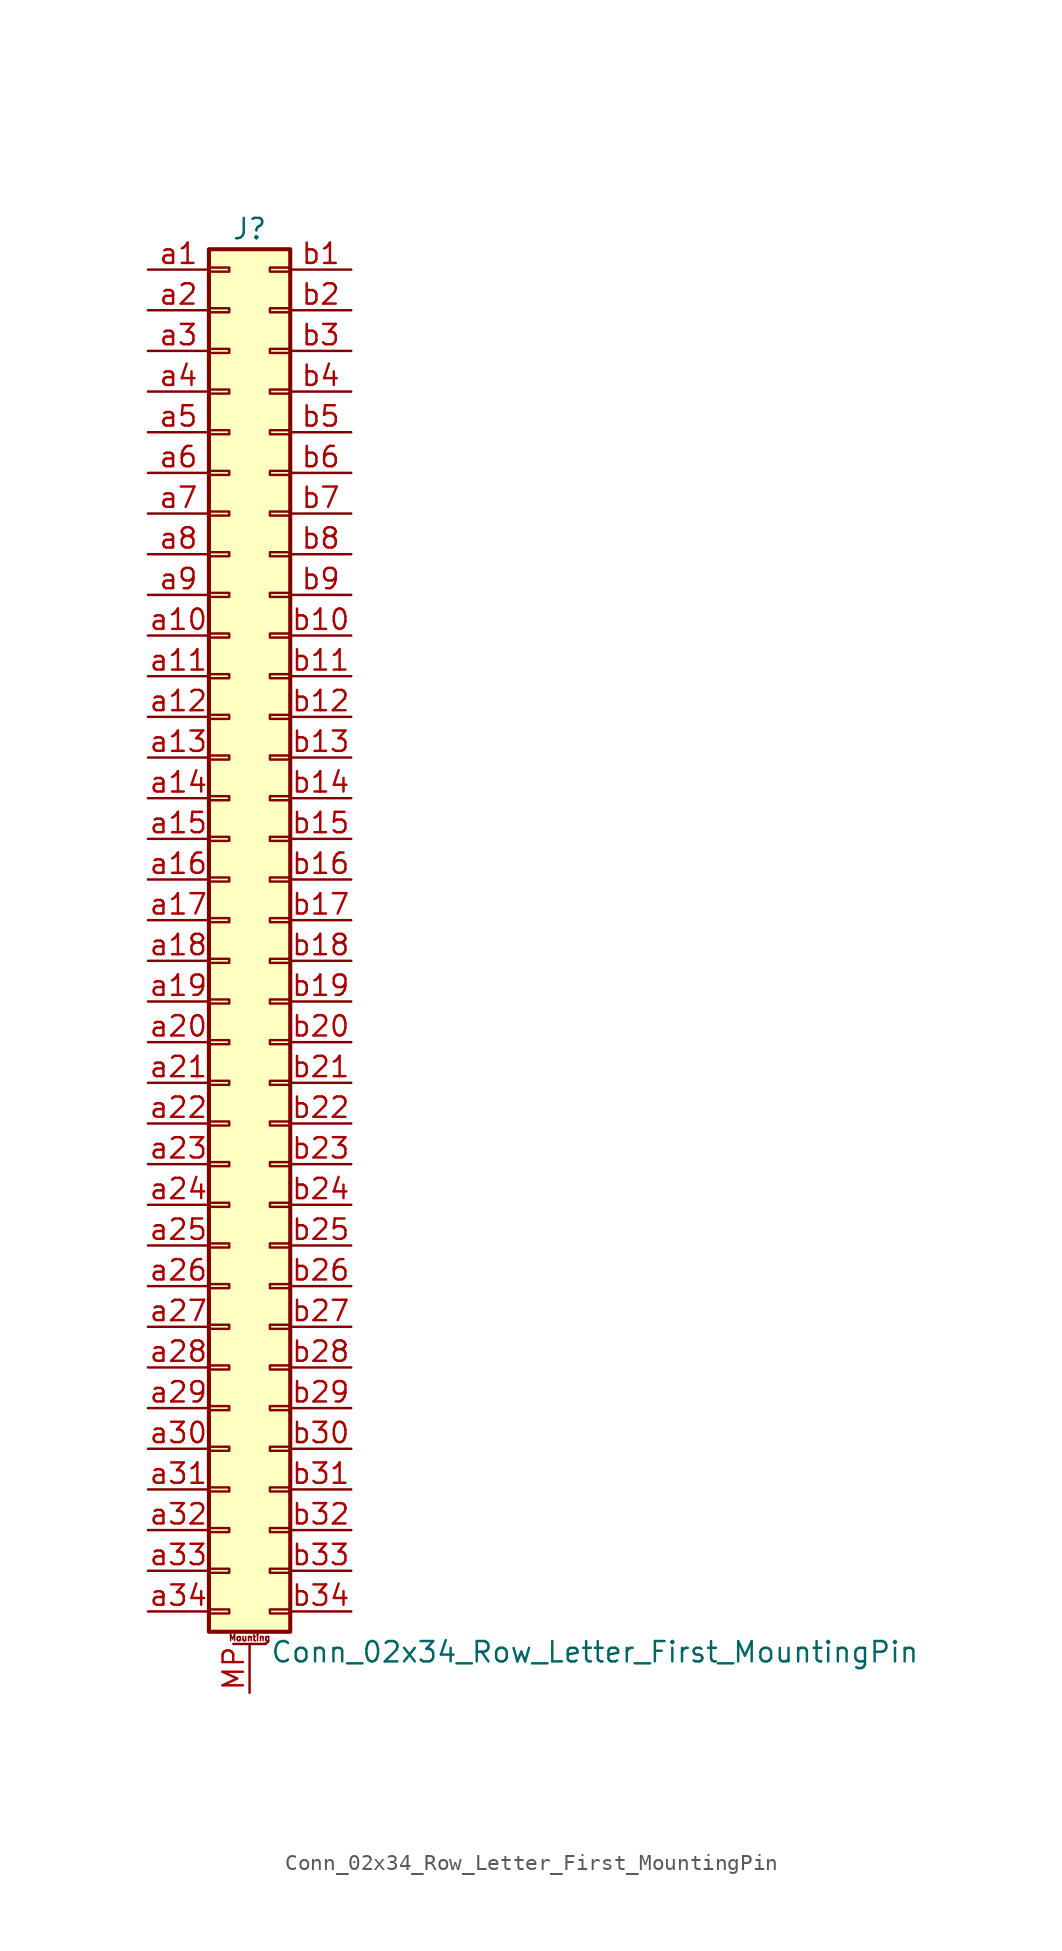
<source format=kicad_sym>
(kicad_symbol_lib
  (version 20201005)
  (generator kicad_symbol_editor)
  (symbol "Connector_Generic_MountingPin:Conn_02x34_Row_Letter_First_MountingPin"
    (pin_names
      (offset 1.016) hide)
    (property "Reference" "J"
      (at 1.27 43.18 0)
      (effects (font (size 1.27 1.27))))
    (property "Value" "Conn_02x34_Row_Letter_First_MountingPin"
      (at 2.54 -45.72 0)
      (effects (font (size 1.27 1.27)) (justify left)))
    (symbol "Conn_02x34_Row_Letter_First_MountingPin_1_1"
      (text "Mounting" (at 1.27 -44.831 0) (effects (font (size 0.381 0.381))))
      (rectangle (start -1.27 -27.813) (end 0 -28.067) (stroke (width 0.152)) (fill (type none)))
      (rectangle (start -1.27 -30.353) (end 0 -30.607) (stroke (width 0.152)) (fill (type none)))
      (rectangle (start -1.27 -32.893) (end 0 -33.147) (stroke (width 0.152)) (fill (type none)))
      (rectangle (start -1.27 -35.433) (end 0 -35.687) (stroke (width 0.152)) (fill (type none)))
      (rectangle (start -1.27 -37.973) (end 0 -38.227) (stroke (width 0.152)) (fill (type none)))
      (rectangle (start -1.27 -40.513) (end 0 -40.767) (stroke (width 0.152)) (fill (type none)))
      (rectangle (start -1.27 -43.053) (end 0 -43.307) (stroke (width 0.152)) (fill (type none)))
      (rectangle (start -1.27 -4.953) (end 0 -5.207) (stroke (width 0.152)) (fill (type none)))
      (rectangle (start -1.27 -7.493) (end 0 -7.747) (stroke (width 0.152)) (fill (type none)))
      (rectangle (start -1.27 -10.033) (end 0 -10.287) (stroke (width 0.152)) (fill (type none)))
      (rectangle (start -1.27 -12.573) (end 0 -12.827) (stroke (width 0.152)) (fill (type none)))
      (rectangle (start -1.27 -15.113) (end 0 -15.367) (stroke (width 0.152)) (fill (type none)))
      (rectangle (start -1.27 -17.653) (end 0 -17.907) (stroke (width 0.152)) (fill (type none)))
      (rectangle (start -1.27 -20.193) (end 0 -20.447) (stroke (width 0.152)) (fill (type none)))
      (rectangle (start -1.27 -22.733) (end 0 -22.987) (stroke (width 0.152)) (fill (type none)))
      (rectangle (start -1.27 -2.413) (end 0 -2.667) (stroke (width 0.152)) (fill (type none)))
      (rectangle (start -1.27 -25.273) (end 0 -25.527) (stroke (width 0.152)) (fill (type none)))
      (rectangle (start -1.27 25.527) (end 0 25.273) (stroke (width 0.152)) (fill (type none)))
      (rectangle (start -1.27 2.667) (end 0 2.413) (stroke (width 0.152)) (fill (type none)))
      (rectangle (start -1.27 28.067) (end 0 27.813) (stroke (width 0.152)) (fill (type none)))
      (rectangle (start -1.27 30.607) (end 0 30.353) (stroke (width 0.152)) (fill (type none)))
      (rectangle (start -1.27 33.147) (end 0 32.893) (stroke (width 0.152)) (fill (type none)))
      (rectangle (start -1.27 35.687) (end 0 35.433) (stroke (width 0.152)) (fill (type none)))
      (rectangle (start -1.27 38.227) (end 0 37.973) (stroke (width 0.152)) (fill (type none)))
      (rectangle (start -1.27 40.767) (end 0 40.513) (stroke (width 0.152)) (fill (type none)))
      (rectangle (start -1.27 41.91) (end 3.81 -44.45) (stroke (width 0.254)) (fill (type background)))
      (rectangle (start -1.27 5.207) (end 0 4.953) (stroke (width 0.152)) (fill (type none)))
      (rectangle (start -1.27 7.747) (end 0 7.493) (stroke (width 0.152)) (fill (type none)))
      (rectangle (start -1.27 10.287) (end 0 10.033) (stroke (width 0.152)) (fill (type none)))
      (rectangle (start -1.27 0.127) (end 0 -0.127) (stroke (width 0.152)) (fill (type none)))
      (rectangle (start -1.27 12.827) (end 0 12.573) (stroke (width 0.152)) (fill (type none)))
      (rectangle (start -1.27 15.367) (end 0 15.113) (stroke (width 0.152)) (fill (type none)))
      (rectangle (start -1.27 17.907) (end 0 17.653) (stroke (width 0.152)) (fill (type none)))
      (rectangle (start -1.27 20.447) (end 0 20.193) (stroke (width 0.152)) (fill (type none)))
      (rectangle (start -1.27 22.987) (end 0 22.733) (stroke (width 0.152)) (fill (type none)))
      (rectangle (start 3.81 -27.813) (end 2.54 -28.067) (stroke (width 0.152)) (fill (type none)))
      (rectangle (start 3.81 -30.353) (end 2.54 -30.607) (stroke (width 0.152)) (fill (type none)))
      (rectangle (start 3.81 -32.893) (end 2.54 -33.147) (stroke (width 0.152)) (fill (type none)))
      (rectangle (start 3.81 -35.433) (end 2.54 -35.687) (stroke (width 0.152)) (fill (type none)))
      (rectangle (start 3.81 -37.973) (end 2.54 -38.227) (stroke (width 0.152)) (fill (type none)))
      (rectangle (start 3.81 -40.513) (end 2.54 -40.767) (stroke (width 0.152)) (fill (type none)))
      (rectangle (start 3.81 -43.053) (end 2.54 -43.307) (stroke (width 0.152)) (fill (type none)))
      (rectangle (start 3.81 -4.953) (end 2.54 -5.207) (stroke (width 0.152)) (fill (type none)))
      (rectangle (start 3.81 -7.493) (end 2.54 -7.747) (stroke (width 0.152)) (fill (type none)))
      (rectangle (start 3.81 -10.033) (end 2.54 -10.287) (stroke (width 0.152)) (fill (type none)))
      (rectangle (start 3.81 -12.573) (end 2.54 -12.827) (stroke (width 0.152)) (fill (type none)))
      (rectangle (start 3.81 -15.113) (end 2.54 -15.367) (stroke (width 0.152)) (fill (type none)))
      (rectangle (start 3.81 -17.653) (end 2.54 -17.907) (stroke (width 0.152)) (fill (type none)))
      (rectangle (start 3.81 -20.193) (end 2.54 -20.447) (stroke (width 0.152)) (fill (type none)))
      (rectangle (start 3.81 -22.733) (end 2.54 -22.987) (stroke (width 0.152)) (fill (type none)))
      (rectangle (start 3.81 -2.413) (end 2.54 -2.667) (stroke (width 0.152)) (fill (type none)))
      (rectangle (start 3.81 -25.273) (end 2.54 -25.527) (stroke (width 0.152)) (fill (type none)))
      (rectangle (start 3.81 25.527) (end 2.54 25.273) (stroke (width 0.152)) (fill (type none)))
      (rectangle (start 3.81 2.667) (end 2.54 2.413) (stroke (width 0.152)) (fill (type none)))
      (rectangle (start 3.81 28.067) (end 2.54 27.813) (stroke (width 0.152)) (fill (type none)))
      (rectangle (start 3.81 30.607) (end 2.54 30.353) (stroke (width 0.152)) (fill (type none)))
      (rectangle (start 3.81 33.147) (end 2.54 32.893) (stroke (width 0.152)) (fill (type none)))
      (rectangle (start 3.81 35.687) (end 2.54 35.433) (stroke (width 0.152)) (fill (type none)))
      (rectangle (start 3.81 38.227) (end 2.54 37.973) (stroke (width 0.152)) (fill (type none)))
      (rectangle (start 3.81 40.767) (end 2.54 40.513) (stroke (width 0.152)) (fill (type none)))
      (rectangle (start 3.81 5.207) (end 2.54 4.953) (stroke (width 0.152)) (fill (type none)))
      (rectangle (start 3.81 7.747) (end 2.54 7.493) (stroke (width 0.152)) (fill (type none)))
      (rectangle (start 3.81 10.287) (end 2.54 10.033) (stroke (width 0.152)) (fill (type none)))
      (rectangle (start 3.81 0.127) (end 2.54 -0.127) (stroke (width 0.152)) (fill (type none)))
      (rectangle (start 3.81 12.827) (end 2.54 12.573) (stroke (width 0.152)) (fill (type none)))
      (rectangle (start 3.81 15.367) (end 2.54 15.113) (stroke (width 0.152)) (fill (type none)))
      (rectangle (start 3.81 17.907) (end 2.54 17.653) (stroke (width 0.152)) (fill (type none)))
      (rectangle (start 3.81 20.447) (end 2.54 20.193) (stroke (width 0.152)) (fill (type none)))
      (rectangle (start 3.81 22.987) (end 2.54 22.733) (stroke (width 0.152)) (fill (type none)))
      (polyline (pts (xy 0.254 -45.212) (xy 2.286 -45.212)) (stroke (width 0.152)) (fill (type none)))
      (pin passive line (at 1.27 -48.26 90) (length 3.048) (name "MountPin" (effects (font (size 1.27 1.27)))) (number "MP" (effects (font (size 1.27 1.27)))))
      (pin passive line (at -5.08 40.64 0) (length 3.81) (name "Pin_a1" (effects (font (size 1.27 1.27)))) (number "a1" (effects (font (size 1.27 1.27)))))
      (pin passive line (at -5.08 17.78 0) (length 3.81) (name "Pin_a10" (effects (font (size 1.27 1.27)))) (number "a10" (effects (font (size 1.27 1.27)))))
      (pin passive line (at -5.08 15.24 0) (length 3.81) (name "Pin_a11" (effects (font (size 1.27 1.27)))) (number "a11" (effects (font (size 1.27 1.27)))))
      (pin passive line (at -5.08 12.7 0) (length 3.81) (name "Pin_a12" (effects (font (size 1.27 1.27)))) (number "a12" (effects (font (size 1.27 1.27)))))
      (pin passive line (at -5.08 10.16 0) (length 3.81) (name "Pin_a13" (effects (font (size 1.27 1.27)))) (number "a13" (effects (font (size 1.27 1.27)))))
      (pin passive line (at -5.08 7.62 0) (length 3.81) (name "Pin_a14" (effects (font (size 1.27 1.27)))) (number "a14" (effects (font (size 1.27 1.27)))))
      (pin passive line (at -5.08 5.08 0) (length 3.81) (name "Pin_a15" (effects (font (size 1.27 1.27)))) (number "a15" (effects (font (size 1.27 1.27)))))
      (pin passive line (at -5.08 2.54 0) (length 3.81) (name "Pin_a16" (effects (font (size 1.27 1.27)))) (number "a16" (effects (font (size 1.27 1.27)))))
      (pin passive line (at -5.08 0 0) (length 3.81) (name "Pin_a17" (effects (font (size 1.27 1.27)))) (number "a17" (effects (font (size 1.27 1.27)))))
      (pin passive line (at -5.08 -2.54 0) (length 3.81) (name "Pin_a18" (effects (font (size 1.27 1.27)))) (number "a18" (effects (font (size 1.27 1.27)))))
      (pin passive line (at -5.08 -5.08 0) (length 3.81) (name "Pin_a19" (effects (font (size 1.27 1.27)))) (number "a19" (effects (font (size 1.27 1.27)))))
      (pin passive line (at -5.08 38.1 0) (length 3.81) (name "Pin_a2" (effects (font (size 1.27 1.27)))) (number "a2" (effects (font (size 1.27 1.27)))))
      (pin passive line (at -5.08 -7.62 0) (length 3.81) (name "Pin_a20" (effects (font (size 1.27 1.27)))) (number "a20" (effects (font (size 1.27 1.27)))))
      (pin passive line (at -5.08 -10.16 0) (length 3.81) (name "Pin_a21" (effects (font (size 1.27 1.27)))) (number "a21" (effects (font (size 1.27 1.27)))))
      (pin passive line (at -5.08 -12.7 0) (length 3.81) (name "Pin_a22" (effects (font (size 1.27 1.27)))) (number "a22" (effects (font (size 1.27 1.27)))))
      (pin passive line (at -5.08 -15.24 0) (length 3.81) (name "Pin_a23" (effects (font (size 1.27 1.27)))) (number "a23" (effects (font (size 1.27 1.27)))))
      (pin passive line (at -5.08 -17.78 0) (length 3.81) (name "Pin_a24" (effects (font (size 1.27 1.27)))) (number "a24" (effects (font (size 1.27 1.27)))))
      (pin passive line (at -5.08 -20.32 0) (length 3.81) (name "Pin_a25" (effects (font (size 1.27 1.27)))) (number "a25" (effects (font (size 1.27 1.27)))))
      (pin passive line (at -5.08 -22.86 0) (length 3.81) (name "Pin_a26" (effects (font (size 1.27 1.27)))) (number "a26" (effects (font (size 1.27 1.27)))))
      (pin passive line (at -5.08 -25.4 0) (length 3.81) (name "Pin_a27" (effects (font (size 1.27 1.27)))) (number "a27" (effects (font (size 1.27 1.27)))))
      (pin passive line (at -5.08 -27.94 0) (length 3.81) (name "Pin_a28" (effects (font (size 1.27 1.27)))) (number "a28" (effects (font (size 1.27 1.27)))))
      (pin passive line (at -5.08 -30.48 0) (length 3.81) (name "Pin_a29" (effects (font (size 1.27 1.27)))) (number "a29" (effects (font (size 1.27 1.27)))))
      (pin passive line (at -5.08 35.56 0) (length 3.81) (name "Pin_a3" (effects (font (size 1.27 1.27)))) (number "a3" (effects (font (size 1.27 1.27)))))
      (pin passive line (at -5.08 -33.02 0) (length 3.81) (name "Pin_a30" (effects (font (size 1.27 1.27)))) (number "a30" (effects (font (size 1.27 1.27)))))
      (pin passive line (at -5.08 -35.56 0) (length 3.81) (name "Pin_a31" (effects (font (size 1.27 1.27)))) (number "a31" (effects (font (size 1.27 1.27)))))
      (pin passive line (at -5.08 -38.1 0) (length 3.81) (name "Pin_a32" (effects (font (size 1.27 1.27)))) (number "a32" (effects (font (size 1.27 1.27)))))
      (pin passive line (at -5.08 -40.64 0) (length 3.81) (name "Pin_a33" (effects (font (size 1.27 1.27)))) (number "a33" (effects (font (size 1.27 1.27)))))
      (pin passive line (at -5.08 -43.18 0) (length 3.81) (name "Pin_a34" (effects (font (size 1.27 1.27)))) (number "a34" (effects (font (size 1.27 1.27)))))
      (pin passive line (at -5.08 33.02 0) (length 3.81) (name "Pin_a4" (effects (font (size 1.27 1.27)))) (number "a4" (effects (font (size 1.27 1.27)))))
      (pin passive line (at -5.08 30.48 0) (length 3.81) (name "Pin_a5" (effects (font (size 1.27 1.27)))) (number "a5" (effects (font (size 1.27 1.27)))))
      (pin passive line (at -5.08 27.94 0) (length 3.81) (name "Pin_a6" (effects (font (size 1.27 1.27)))) (number "a6" (effects (font (size 1.27 1.27)))))
      (pin passive line (at -5.08 25.4 0) (length 3.81) (name "Pin_a7" (effects (font (size 1.27 1.27)))) (number "a7" (effects (font (size 1.27 1.27)))))
      (pin passive line (at -5.08 22.86 0) (length 3.81) (name "Pin_a8" (effects (font (size 1.27 1.27)))) (number "a8" (effects (font (size 1.27 1.27)))))
      (pin passive line (at -5.08 20.32 0) (length 3.81) (name "Pin_a9" (effects (font (size 1.27 1.27)))) (number "a9" (effects (font (size 1.27 1.27)))))
      (pin passive line (at 7.62 40.64 180) (length 3.81) (name "Pin_b1" (effects (font (size 1.27 1.27)))) (number "b1" (effects (font (size 1.27 1.27)))))
      (pin passive line (at 7.62 17.78 180) (length 3.81) (name "Pin_b10" (effects (font (size 1.27 1.27)))) (number "b10" (effects (font (size 1.27 1.27)))))
      (pin passive line (at 7.62 15.24 180) (length 3.81) (name "Pin_b11" (effects (font (size 1.27 1.27)))) (number "b11" (effects (font (size 1.27 1.27)))))
      (pin passive line (at 7.62 12.7 180) (length 3.81) (name "Pin_b12" (effects (font (size 1.27 1.27)))) (number "b12" (effects (font (size 1.27 1.27)))))
      (pin passive line (at 7.62 10.16 180) (length 3.81) (name "Pin_b13" (effects (font (size 1.27 1.27)))) (number "b13" (effects (font (size 1.27 1.27)))))
      (pin passive line (at 7.62 7.62 180) (length 3.81) (name "Pin_b14" (effects (font (size 1.27 1.27)))) (number "b14" (effects (font (size 1.27 1.27)))))
      (pin passive line (at 7.62 5.08 180) (length 3.81) (name "Pin_b15" (effects (font (size 1.27 1.27)))) (number "b15" (effects (font (size 1.27 1.27)))))
      (pin passive line (at 7.62 2.54 180) (length 3.81) (name "Pin_b16" (effects (font (size 1.27 1.27)))) (number "b16" (effects (font (size 1.27 1.27)))))
      (pin passive line (at 7.62 0 180) (length 3.81) (name "Pin_b17" (effects (font (size 1.27 1.27)))) (number "b17" (effects (font (size 1.27 1.27)))))
      (pin passive line (at 7.62 -2.54 180) (length 3.81) (name "Pin_b18" (effects (font (size 1.27 1.27)))) (number "b18" (effects (font (size 1.27 1.27)))))
      (pin passive line (at 7.62 -5.08 180) (length 3.81) (name "Pin_b19" (effects (font (size 1.27 1.27)))) (number "b19" (effects (font (size 1.27 1.27)))))
      (pin passive line (at 7.62 38.1 180) (length 3.81) (name "Pin_b2" (effects (font (size 1.27 1.27)))) (number "b2" (effects (font (size 1.27 1.27)))))
      (pin passive line (at 7.62 -7.62 180) (length 3.81) (name "Pin_b20" (effects (font (size 1.27 1.27)))) (number "b20" (effects (font (size 1.27 1.27)))))
      (pin passive line (at 7.62 -10.16 180) (length 3.81) (name "Pin_b21" (effects (font (size 1.27 1.27)))) (number "b21" (effects (font (size 1.27 1.27)))))
      (pin passive line (at 7.62 -12.7 180) (length 3.81) (name "Pin_b22" (effects (font (size 1.27 1.27)))) (number "b22" (effects (font (size 1.27 1.27)))))
      (pin passive line (at 7.62 -15.24 180) (length 3.81) (name "Pin_b23" (effects (font (size 1.27 1.27)))) (number "b23" (effects (font (size 1.27 1.27)))))
      (pin passive line (at 7.62 -17.78 180) (length 3.81) (name "Pin_b24" (effects (font (size 1.27 1.27)))) (number "b24" (effects (font (size 1.27 1.27)))))
      (pin passive line (at 7.62 -20.32 180) (length 3.81) (name "Pin_b25" (effects (font (size 1.27 1.27)))) (number "b25" (effects (font (size 1.27 1.27)))))
      (pin passive line (at 7.62 -22.86 180) (length 3.81) (name "Pin_b26" (effects (font (size 1.27 1.27)))) (number "b26" (effects (font (size 1.27 1.27)))))
      (pin passive line (at 7.62 -25.4 180) (length 3.81) (name "Pin_b27" (effects (font (size 1.27 1.27)))) (number "b27" (effects (font (size 1.27 1.27)))))
      (pin passive line (at 7.62 -27.94 180) (length 3.81) (name "Pin_b28" (effects (font (size 1.27 1.27)))) (number "b28" (effects (font (size 1.27 1.27)))))
      (pin passive line (at 7.62 -30.48 180) (length 3.81) (name "Pin_b29" (effects (font (size 1.27 1.27)))) (number "b29" (effects (font (size 1.27 1.27)))))
      (pin passive line (at 7.62 35.56 180) (length 3.81) (name "Pin_b3" (effects (font (size 1.27 1.27)))) (number "b3" (effects (font (size 1.27 1.27)))))
      (pin passive line (at 7.62 -33.02 180) (length 3.81) (name "Pin_b30" (effects (font (size 1.27 1.27)))) (number "b30" (effects (font (size 1.27 1.27)))))
      (pin passive line (at 7.62 -35.56 180) (length 3.81) (name "Pin_b31" (effects (font (size 1.27 1.27)))) (number "b31" (effects (font (size 1.27 1.27)))))
      (pin passive line (at 7.62 -38.1 180) (length 3.81) (name "Pin_b32" (effects (font (size 1.27 1.27)))) (number "b32" (effects (font (size 1.27 1.27)))))
      (pin passive line (at 7.62 -40.64 180) (length 3.81) (name "Pin_b33" (effects (font (size 1.27 1.27)))) (number "b33" (effects (font (size 1.27 1.27)))))
      (pin passive line (at 7.62 -43.18 180) (length 3.81) (name "Pin_b34" (effects (font (size 1.27 1.27)))) (number "b34" (effects (font (size 1.27 1.27)))))
      (pin passive line (at 7.62 33.02 180) (length 3.81) (name "Pin_b4" (effects (font (size 1.27 1.27)))) (number "b4" (effects (font (size 1.27 1.27)))))
      (pin passive line (at 7.62 30.48 180) (length 3.81) (name "Pin_b5" (effects (font (size 1.27 1.27)))) (number "b5" (effects (font (size 1.27 1.27)))))
      (pin passive line (at 7.62 27.94 180) (length 3.81) (name "Pin_b6" (effects (font (size 1.27 1.27)))) (number "b6" (effects (font (size 1.27 1.27)))))
      (pin passive line (at 7.62 25.4 180) (length 3.81) (name "Pin_b7" (effects (font (size 1.27 1.27)))) (number "b7" (effects (font (size 1.27 1.27)))))
      (pin passive line (at 7.62 22.86 180) (length 3.81) (name "Pin_b8" (effects (font (size 1.27 1.27)))) (number "b8" (effects (font (size 1.27 1.27)))))
      (pin passive line (at 7.62 20.32 180) (length 3.81) (name "Pin_b9" (effects (font (size 1.27 1.27)))) (number "b9" (effects (font (size 1.27 1.27))))))))
</source>
